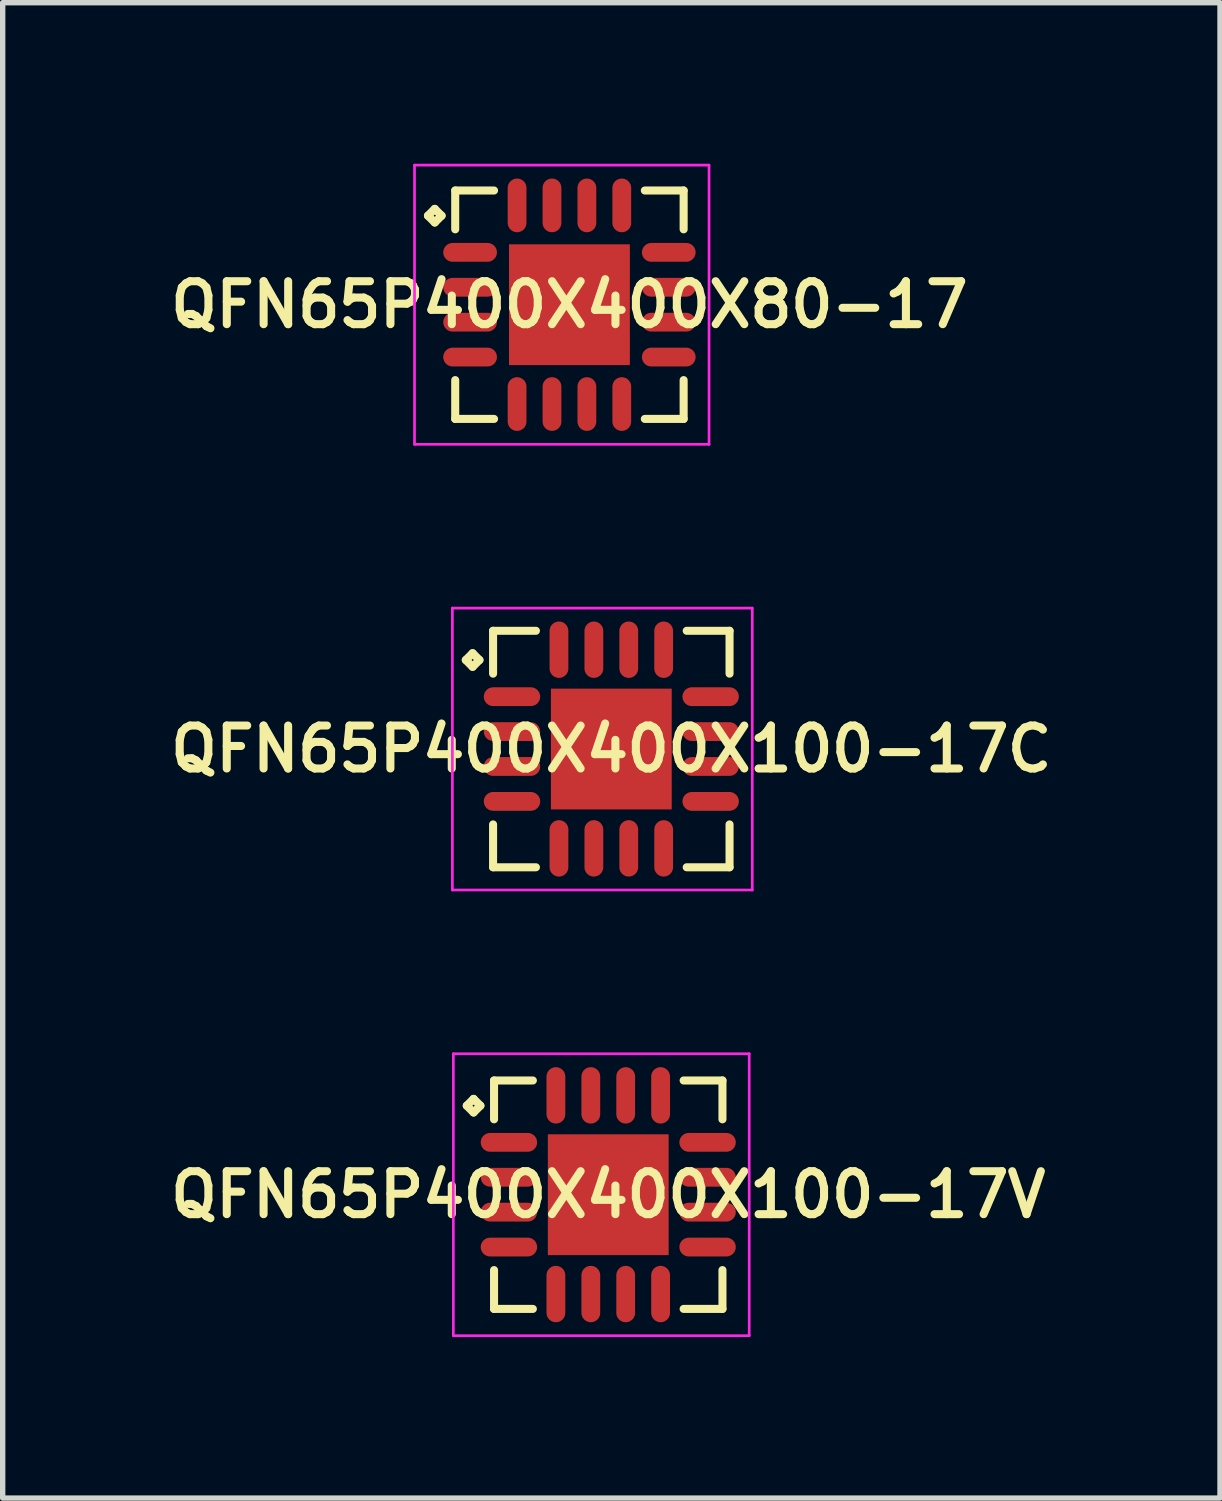
<source format=kicad_pcb>
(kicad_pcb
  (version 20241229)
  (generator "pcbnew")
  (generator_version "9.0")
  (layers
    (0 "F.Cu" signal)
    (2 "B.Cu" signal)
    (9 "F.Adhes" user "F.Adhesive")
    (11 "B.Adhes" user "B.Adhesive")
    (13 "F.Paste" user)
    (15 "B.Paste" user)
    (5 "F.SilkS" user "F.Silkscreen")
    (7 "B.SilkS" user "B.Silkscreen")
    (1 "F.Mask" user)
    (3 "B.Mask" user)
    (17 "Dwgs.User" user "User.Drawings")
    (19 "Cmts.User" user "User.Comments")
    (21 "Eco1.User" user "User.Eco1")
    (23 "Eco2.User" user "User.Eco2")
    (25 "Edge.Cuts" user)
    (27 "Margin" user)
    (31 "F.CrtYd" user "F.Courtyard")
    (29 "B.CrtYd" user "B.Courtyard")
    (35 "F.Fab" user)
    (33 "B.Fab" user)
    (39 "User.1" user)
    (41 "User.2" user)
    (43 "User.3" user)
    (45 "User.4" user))
  (footprint "QFN65P400X400X100-17V"
    (layer "F.Cu")
    (at 8.278 19.2)
    (property "Reference" "QFN65P400X400X100-17V" (at 0 0 0) (layer "F.SilkS") (effects (font (size 0.8 0.8) (thickness 0.15))))
    (attr smd)
    (fp_line (start -2.635 -1.658) (end -2.508 -1.785) (stroke (width 0.15) (type solid)) (layer "F.SilkS"))
    (fp_line (start -2.508 -1.785) (end -2.381 -1.658) (stroke (width 0.15) (type solid)) (layer "F.SilkS"))
    (fp_line (start -2.508 -1.531) (end -2.635 -1.658) (stroke (width 0.15) (type solid)) (layer "F.SilkS"))
    (fp_line (start -2.381 -1.658) (end -2.508 -1.531) (stroke (width 0.15) (type solid)) (layer "F.SilkS"))
    (fp_line (start -2.127 -2.127) (end -1.404 -2.127) (stroke (width 0.15) (type solid)) (layer "F.SilkS"))
    (fp_line (start -2.127 -1.404) (end -2.127 -2.127) (stroke (width 0.15) (type solid)) (layer "F.SilkS"))
    (fp_line (start -2.127 1.404) (end -2.127 2.127) (stroke (width 0.15) (type solid)) (layer "F.SilkS"))
    (fp_line (start -2.127 2.127) (end -1.404 2.127) (stroke (width 0.15) (type solid)) (layer "F.SilkS"))
    (fp_line (start 1.404 -2.127) (end 2.127 -2.127) (stroke (width 0.15) (type solid)) (layer "F.SilkS"))
    (fp_line (start 1.404 2.127) (end 2.127 2.127) (stroke (width 0.15) (type solid)) (layer "F.SilkS"))
    (fp_line (start 2.127 -2.127) (end 2.127 -1.404) (stroke (width 0.15) (type solid)) (layer "F.SilkS"))
    (fp_line (start 2.127 2.127) (end 2.127 1.404) (stroke (width 0.15) (type solid)) (layer "F.SilkS"))
    (fp_line (start -2.885 -2.625) (end 2.625 -2.625) (stroke (width 0.05) (type solid)) (layer "F.CrtYd"))
    (fp_line (start -2.885 2.625) (end -2.885 -2.625) (stroke (width 0.05) (type solid)) (layer "F.CrtYd"))
    (fp_line (start 2.625 -2.625) (end 2.625 2.625) (stroke (width 0.05) (type solid)) (layer "F.CrtYd"))
    (fp_line (start 2.625 2.625) (end -2.885 2.625) (stroke (width 0.05) (type solid)) (layer "F.CrtYd"))
    (pad "1" smd oval (at -1.85 -0.975) (size 1.05 0.35) (layers "F.Cu" "F.Mask" "F.Paste"))
    (pad "2" smd oval (at -1.85 -0.325) (size 1.05 0.35) (layers "F.Cu" "F.Mask" "F.Paste"))
    (pad "3" smd oval (at -1.85 0.325) (size 1.05 0.35) (layers "F.Cu" "F.Mask" "F.Paste"))
    (pad "4" smd oval (at -1.85 0.975) (size 1.05 0.35) (layers "F.Cu" "F.Mask" "F.Paste"))
    (pad "5" smd oval (at -0.975 1.85) (size 0.35 1.05) (layers "F.Cu" "F.Mask" "F.Paste"))
    (pad "6" smd oval (at -0.325 1.85) (size 0.35 1.05) (layers "F.Cu" "F.Mask" "F.Paste"))
    (pad "7" smd oval (at 0.325 1.85) (size 0.35 1.05) (layers "F.Cu" "F.Mask" "F.Paste"))
    (pad "8" smd oval (at 0.975 1.85) (size 0.35 1.05) (layers "F.Cu" "F.Mask" "F.Paste"))
    (pad "9" smd oval (at 1.85 0.975) (size 1.05 0.35) (layers "F.Cu" "F.Mask" "F.Paste"))
    (pad "10" smd oval (at 1.85 0.325) (size 1.05 0.35) (layers "F.Cu" "F.Mask" "F.Paste"))
    (pad "11" smd oval (at 1.85 -0.325) (size 1.05 0.35) (layers "F.Cu" "F.Mask" "F.Paste"))
    (pad "12" smd oval (at 1.85 -0.975) (size 1.05 0.35) (layers "F.Cu" "F.Mask" "F.Paste"))
    (pad "13" smd oval (at 0.975 -1.85) (size 0.35 1.05) (layers "F.Cu" "F.Mask" "F.Paste"))
    (pad "14" smd oval (at 0.325 -1.85) (size 0.35 1.05) (layers "F.Cu" "F.Mask" "F.Paste"))
    (pad "15" smd oval (at -0.325 -1.85) (size 0.35 1.05) (layers "F.Cu" "F.Mask" "F.Paste"))
    (pad "16" smd oval (at -0.975 -1.85) (size 0.35 1.05) (layers "F.Cu" "F.Mask" "F.Paste"))
    (pad "17" smd rect (at 0 0) (size 2.25 2.25) (layers "F.Cu" "F.Mask" "F.Paste")))
  (footprint "QFN65P400X400X100-17C"
    (layer "F.Cu")
    (at 8.335 10.9)
    (property "Reference" "QFN65P400X400X100-17C" (at 0 0 0) (layer "F.SilkS") (effects (font (size 0.8 0.8) (thickness 0.15))))
    (attr smd)
    (fp_line (start -2.71 -1.658) (end -2.583 -1.785) (stroke (width 0.15) (type solid)) (layer "F.SilkS"))
    (fp_line (start -2.583 -1.785) (end -2.456 -1.658) (stroke (width 0.15) (type solid)) (layer "F.SilkS"))
    (fp_line (start -2.583 -1.531) (end -2.71 -1.658) (stroke (width 0.15) (type solid)) (layer "F.SilkS"))
    (fp_line (start -2.456 -1.658) (end -2.583 -1.531) (stroke (width 0.15) (type solid)) (layer "F.SilkS"))
    (fp_line (start -2.202 -2.202) (end -1.404 -2.202) (stroke (width 0.15) (type solid)) (layer "F.SilkS"))
    (fp_line (start -2.202 -1.404) (end -2.202 -2.202) (stroke (width 0.15) (type solid)) (layer "F.SilkS"))
    (fp_line (start -2.202 1.404) (end -2.202 2.202) (stroke (width 0.15) (type solid)) (layer "F.SilkS"))
    (fp_line (start -2.202 2.202) (end -1.404 2.202) (stroke (width 0.15) (type solid)) (layer "F.SilkS"))
    (fp_line (start 1.404 -2.202) (end 2.202 -2.202) (stroke (width 0.15) (type solid)) (layer "F.SilkS"))
    (fp_line (start 1.404 2.202) (end 2.202 2.202) (stroke (width 0.15) (type solid)) (layer "F.SilkS"))
    (fp_line (start 2.202 -2.202) (end 2.202 -1.404) (stroke (width 0.15) (type solid)) (layer "F.SilkS"))
    (fp_line (start 2.202 2.202) (end 2.202 1.404) (stroke (width 0.15) (type solid)) (layer "F.SilkS"))
    (fp_line (start -2.96 -2.625) (end 2.625 -2.625) (stroke (width 0.05) (type solid)) (layer "F.CrtYd"))
    (fp_line (start -2.96 2.625) (end -2.96 -2.625) (stroke (width 0.05) (type solid)) (layer "F.CrtYd"))
    (fp_line (start 2.625 -2.625) (end 2.625 2.625) (stroke (width 0.05) (type solid)) (layer "F.CrtYd"))
    (fp_line (start 2.625 2.625) (end -2.96 2.625) (stroke (width 0.05) (type solid)) (layer "F.CrtYd"))
    (pad "1" smd oval (at -1.85 -0.975) (size 1.05 0.35) (layers "F.Cu" "F.Mask" "F.Paste"))
    (pad "2" smd oval (at -1.85 -0.325) (size 1.05 0.35) (layers "F.Cu" "F.Mask" "F.Paste"))
    (pad "3" smd oval (at -1.85 0.325) (size 1.05 0.35) (layers "F.Cu" "F.Mask" "F.Paste"))
    (pad "4" smd oval (at -1.85 0.975) (size 1.05 0.35) (layers "F.Cu" "F.Mask" "F.Paste"))
    (pad "5" smd oval (at -0.975 1.85) (size 0.35 1.05) (layers "F.Cu" "F.Mask" "F.Paste"))
    (pad "6" smd oval (at -0.325 1.85) (size 0.35 1.05) (layers "F.Cu" "F.Mask" "F.Paste"))
    (pad "7" smd oval (at 0.325 1.85) (size 0.35 1.05) (layers "F.Cu" "F.Mask" "F.Paste"))
    (pad "8" smd oval (at 0.975 1.85) (size 0.35 1.05) (layers "F.Cu" "F.Mask" "F.Paste"))
    (pad "9" smd oval (at 1.85 0.975) (size 1.05 0.35) (layers "F.Cu" "F.Mask" "F.Paste"))
    (pad "10" smd oval (at 1.85 0.325) (size 1.05 0.35) (layers "F.Cu" "F.Mask" "F.Paste"))
    (pad "11" smd oval (at 1.85 -0.325) (size 1.05 0.35) (layers "F.Cu" "F.Mask" "F.Paste"))
    (pad "12" smd oval (at 1.85 -0.975) (size 1.05 0.35) (layers "F.Cu" "F.Mask" "F.Paste"))
    (pad "13" smd oval (at 0.975 -1.85) (size 0.35 1.05) (layers "F.Cu" "F.Mask" "F.Paste"))
    (pad "14" smd oval (at 0.325 -1.85) (size 0.35 1.05) (layers "F.Cu" "F.Mask" "F.Paste"))
    (pad "15" smd oval (at -0.325 -1.85) (size 0.35 1.05) (layers "F.Cu" "F.Mask" "F.Paste"))
    (pad "16" smd oval (at -0.975 -1.85) (size 0.35 1.05) (layers "F.Cu" "F.Mask" "F.Paste"))
    (pad "17" smd rect (at 0 0) (size 2.25 2.25) (layers "F.Cu" "F.Mask" "F.Paste")))
  (footprint "QFN65P400X400X80-17"
    (layer "F.Cu")
    (at 7.555 2.625)
    (property "Reference" "QFN65P400X400X80-17" (at 0 0 0) (layer "F.SilkS") (effects (font (size 0.8 0.8) (thickness 0.15))))
    (attr smd)
    (fp_line (start -2.635 -1.658) (end -2.508 -1.785) (stroke (width 0.15) (type solid)) (layer "F.SilkS"))
    (fp_line (start -2.508 -1.785) (end -2.381 -1.658) (stroke (width 0.15) (type solid)) (layer "F.SilkS"))
    (fp_line (start -2.508 -1.531) (end -2.635 -1.658) (stroke (width 0.15) (type solid)) (layer "F.SilkS"))
    (fp_line (start -2.381 -1.658) (end -2.508 -1.531) (stroke (width 0.15) (type solid)) (layer "F.SilkS"))
    (fp_line (start -2.127 -2.127) (end -1.404 -2.127) (stroke (width 0.15) (type solid)) (layer "F.SilkS"))
    (fp_line (start -2.127 -1.404) (end -2.127 -2.127) (stroke (width 0.15) (type solid)) (layer "F.SilkS"))
    (fp_line (start -2.127 1.404) (end -2.127 2.127) (stroke (width 0.15) (type solid)) (layer "F.SilkS"))
    (fp_line (start -2.127 2.127) (end -1.404 2.127) (stroke (width 0.15) (type solid)) (layer "F.SilkS"))
    (fp_line (start 1.404 -2.127) (end 2.127 -2.127) (stroke (width 0.15) (type solid)) (layer "F.SilkS"))
    (fp_line (start 1.404 2.127) (end 2.127 2.127) (stroke (width 0.15) (type solid)) (layer "F.SilkS"))
    (fp_line (start 2.127 -2.127) (end 2.127 -1.404) (stroke (width 0.15) (type solid)) (layer "F.SilkS"))
    (fp_line (start 2.127 2.127) (end 2.127 1.404) (stroke (width 0.15) (type solid)) (layer "F.SilkS"))
    (fp_line (start -2.885 -2.6) (end 2.6 -2.6) (stroke (width 0.05) (type solid)) (layer "F.CrtYd"))
    (fp_line (start -2.885 2.6) (end -2.885 -2.6) (stroke (width 0.05) (type solid)) (layer "F.CrtYd"))
    (fp_line (start 2.6 -2.6) (end 2.6 2.6) (stroke (width 0.05) (type solid)) (layer "F.CrtYd"))
    (fp_line (start 2.6 2.6) (end -2.885 2.6) (stroke (width 0.05) (type solid)) (layer "F.CrtYd"))
    (pad "1" smd oval (at -1.85 -0.975) (size 1 0.35) (layers "F.Cu" "F.Mask" "F.Paste"))
    (pad "2" smd oval (at -1.85 -0.325) (size 1 0.35) (layers "F.Cu" "F.Mask" "F.Paste"))
    (pad "3" smd oval (at -1.85 0.325) (size 1 0.35) (layers "F.Cu" "F.Mask" "F.Paste"))
    (pad "4" smd oval (at -1.85 0.975) (size 1 0.35) (layers "F.Cu" "F.Mask" "F.Paste"))
    (pad "5" smd oval (at -0.975 1.85) (size 0.35 1) (layers "F.Cu" "F.Mask" "F.Paste"))
    (pad "6" smd oval (at -0.325 1.85) (size 0.35 1) (layers "F.Cu" "F.Mask" "F.Paste"))
    (pad "7" smd oval (at 0.325 1.85) (size 0.35 1) (layers "F.Cu" "F.Mask" "F.Paste"))
    (pad "8" smd oval (at 0.975 1.85) (size 0.35 1) (layers "F.Cu" "F.Mask" "F.Paste"))
    (pad "9" smd oval (at 1.85 0.975) (size 1 0.35) (layers "F.Cu" "F.Mask" "F.Paste"))
    (pad "10" smd oval (at 1.85 0.325) (size 1 0.35) (layers "F.Cu" "F.Mask" "F.Paste"))
    (pad "11" smd oval (at 1.85 -0.325) (size 1 0.35) (layers "F.Cu" "F.Mask" "F.Paste"))
    (pad "12" smd oval (at 1.85 -0.975) (size 1 0.35) (layers "F.Cu" "F.Mask" "F.Paste"))
    (pad "13" smd oval (at 0.975 -1.85) (size 0.35 1) (layers "F.Cu" "F.Mask" "F.Paste"))
    (pad "14" smd oval (at 0.325 -1.85) (size 0.35 1) (layers "F.Cu" "F.Mask" "F.Paste"))
    (pad "15" smd oval (at -0.325 -1.85) (size 0.35 1) (layers "F.Cu" "F.Mask" "F.Paste"))
    (pad "16" smd oval (at -0.975 -1.85) (size 0.35 1) (layers "F.Cu" "F.Mask" "F.Paste"))
    (pad "17" smd rect (at 0 0) (size 2.25 2.25) (layers "F.Cu" "F.Mask" "F.Paste")))
  (gr_rect
    (start -3 -3)
    (end 19.671 24.85)
    (stroke (width 0.1) (type default))
    (fill no)
    (layer "Edge.Cuts")))
</source>
